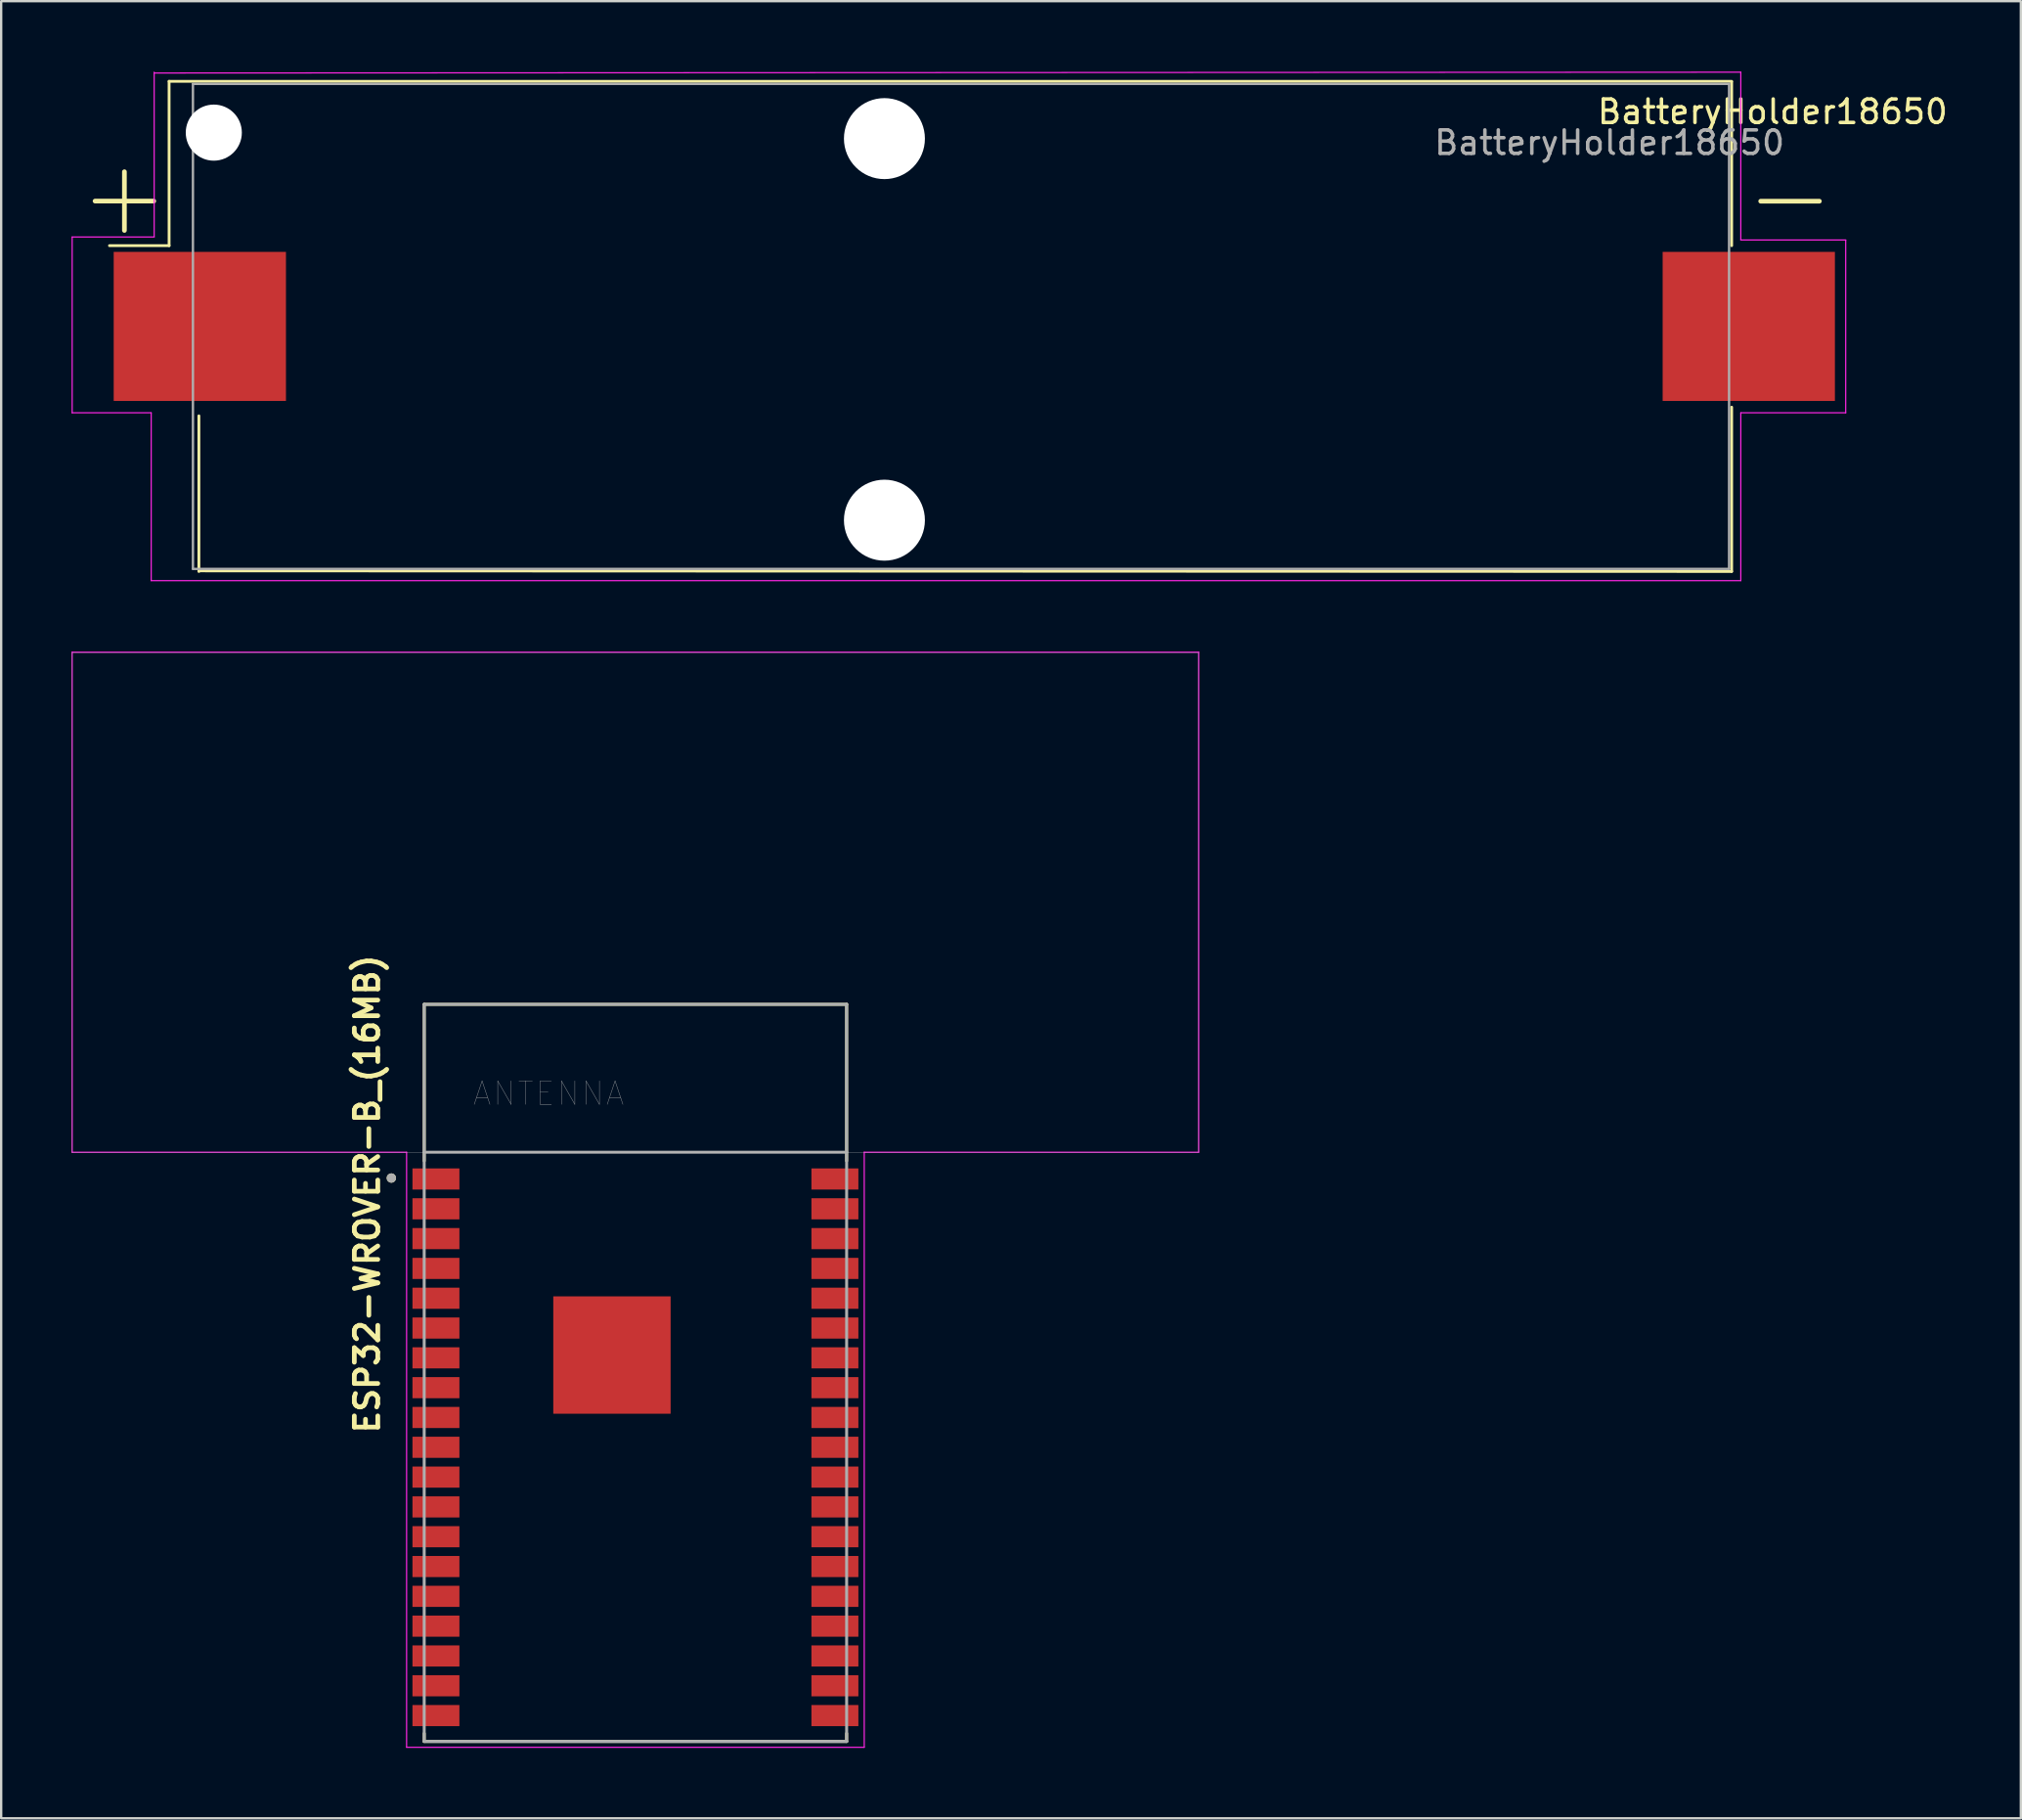
<source format=kicad_pcb>
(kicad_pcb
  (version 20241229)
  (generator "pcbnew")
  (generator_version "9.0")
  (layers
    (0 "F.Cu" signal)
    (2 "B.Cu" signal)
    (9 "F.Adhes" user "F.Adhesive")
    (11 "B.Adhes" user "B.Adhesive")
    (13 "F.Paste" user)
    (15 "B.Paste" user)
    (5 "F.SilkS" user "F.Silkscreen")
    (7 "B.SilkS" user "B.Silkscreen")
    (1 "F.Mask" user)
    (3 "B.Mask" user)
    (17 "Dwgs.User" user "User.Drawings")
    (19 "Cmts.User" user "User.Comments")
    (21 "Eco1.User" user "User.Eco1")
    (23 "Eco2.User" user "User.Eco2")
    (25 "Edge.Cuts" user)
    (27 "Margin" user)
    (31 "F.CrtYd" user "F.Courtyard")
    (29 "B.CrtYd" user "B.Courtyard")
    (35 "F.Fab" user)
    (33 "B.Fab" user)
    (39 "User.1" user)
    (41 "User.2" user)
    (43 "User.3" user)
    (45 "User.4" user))
  (footprint "BatteryHolder18650"
    (layer "F.Cu")
    (at 44.795 10.855)
    (property "Reference" "BatteryHolder18650" (at 27.686 -9.144 0) (layer "F.SilkS") (effects (font (size 1 1) (thickness 0.15))))
    (attr smd)
    (fp_line (start -43.794 -5.339) (end -41.294 -5.339) (stroke (width 0.2) (type solid)) (layer "F.SilkS"))
    (fp_line (start -42.544 -4.089) (end -42.544 -6.589) (stroke (width 0.2) (type solid)) (layer "F.SilkS"))
    (fp_line (start -40.64 -10.44) (end -40.64 -3.44) (stroke (width 0.12) (type solid)) (layer "F.SilkS"))
    (fp_line (start -40.64 -3.44) (end -43.18 -3.44) (stroke (width 0.12) (type solid)) (layer "F.SilkS"))
    (fp_line (start -39.37 10.44) (end -39.37 3.81) (stroke (width 0.12) (type solid)) (layer "F.SilkS"))
    (fp_line (start 25.94 -10.44) (end -40.64 -10.44) (stroke (width 0.12) (type solid)) (layer "F.SilkS"))
    (fp_line (start 25.94 -3.44) (end 25.94 -10.42) (stroke (width 0.12) (type solid)) (layer "F.SilkS"))
    (fp_line (start 25.94 3.44) (end 25.94 10.44) (stroke (width 0.12) (type solid)) (layer "F.SilkS"))
    (fp_line (start 25.94 10.44) (end -39.37 10.414) (stroke (width 0.12) (type solid)) (layer "F.SilkS"))
    (fp_line (start 29.678 -5.334) (end 27.178 -5.334) (stroke (width 0.2) (type solid)) (layer "F.SilkS"))
    (fp_line (start -44.77 -3.81) (end -41.275 -3.81) (stroke (width 0.05) (type solid)) (layer "F.CrtYd"))
    (fp_line (start -44.77 3.68) (end -44.77 -3.81) (stroke (width 0.05) (type solid)) (layer "F.CrtYd"))
    (fp_line (start -41.402 3.68) (end -44.77 3.68) (stroke (width 0.05) (type solid)) (layer "F.CrtYd"))
    (fp_line (start -41.402 10.83) (end -41.402 3.68) (stroke (width 0.05) (type solid)) (layer "F.CrtYd"))
    (fp_line (start -41.402 10.83) (end 26.33 10.83) (stroke (width 0.05) (type solid)) (layer "F.CrtYd"))
    (fp_line (start -41.275 -10.83) (end -41.275 -3.81) (stroke (width 0.05) (type solid)) (layer "F.CrtYd"))
    (fp_line (start -41.275 -10.795) (end 26.33 -10.83) (stroke (width 0.05) (type solid)) (layer "F.CrtYd"))
    (fp_line (start 26.33 -10.83) (end 26.33 -3.68) (stroke (width 0.05) (type solid)) (layer "F.CrtYd"))
    (fp_line (start 26.33 3.68) (end 30.8 3.68) (stroke (width 0.05) (type solid)) (layer "F.CrtYd"))
    (fp_line (start 26.33 10.83) (end 26.33 3.68) (stroke (width 0.05) (type solid)) (layer "F.CrtYd"))
    (fp_line (start 30.8 -3.68) (end 26.33 -3.68) (stroke (width 0.05) (type solid)) (layer "F.CrtYd"))
    (fp_line (start 30.8 3.68) (end 30.8 -3.68) (stroke (width 0.05) (type solid)) (layer "F.CrtYd"))
    (fp_line (start -39.624 -10.33) (end -39.624 10.33) (stroke (width 0.1) (type solid)) (layer "F.Fab"))
    (fp_line (start -39.624 -10.33) (end 25.83 -10.33) (stroke (width 0.1) (type solid)) (layer "F.Fab"))
    (fp_line (start -39.624 10.33) (end 25.83 10.33) (stroke (width 0.1) (type solid)) (layer "F.Fab"))
    (fp_line (start 25.83 -10.33) (end 25.83 10.33) (stroke (width 0.1) (type solid)) (layer "F.Fab"))
    (fp_text user "${REFERENCE}" (at 20.735 -7.826 0) (layer "F.Fab") (effects (font (size 1 1) (thickness 0.15))))
    (pad "" np_thru_hole circle (at -38.735 -8.255) (size 2.39 2.39) (drill 2.39) (layers "*.Cu" "*.Mask"))
    (pad "" np_thru_hole circle (at -10.16 -8) (size 3.45 3.45) (drill 3.45) (layers "*.Cu" "*.Mask"))
    (pad "" np_thru_hole circle (at -10.16 8.255) (size 3.45 3.45) (drill 3.45) (layers "*.Cu" "*.Mask"))
    (pad "1" smd rect (at -39.33 0) (size 7.34 6.35) (layers "F.Cu" "F.Mask" "F.Paste"))
    (pad "2" smd rect (at 26.67 0) (size 7.34 6.35) (layers "F.Cu" "F.Mask" "F.Paste")))
  (footprint "ESP32-WROVER-B_(16MB)"
    (layer "F.Cu")
    (at 24.025 55.435)
    (property "Reference" "ESP32-WROVER-B_(16MB)" (at -11.43 -7.62 90) (layer "F.SilkS") (effects (font (size 1 1) (thickness 0.2))))
    (attr through_hole)
    (fp_line (start -9 -15.7) (end 9 -15.7) (stroke (width 0.127) (type solid)) (layer "F.SilkS"))
    (fp_line (start -9 -9.03) (end -9 -15.7) (stroke (width 0.127) (type solid)) (layer "F.SilkS"))
    (fp_line (start -9 15.36) (end -9 15.7) (stroke (width 0.127) (type solid)) (layer "F.SilkS"))
    (fp_line (start -9 15.7) (end 9 15.7) (stroke (width 0.127) (type solid)) (layer "F.SilkS"))
    (fp_line (start 9 -15.7) (end 9 -9.03) (stroke (width 0.127) (type solid)) (layer "F.SilkS"))
    (fp_line (start 9 15.7) (end 9 15.36) (stroke (width 0.127) (type solid)) (layer "F.SilkS"))
    (fp_circle (center -10.4 -8.3) (end -10.3 -8.3) (stroke (width 0.2) (type solid)) (fill no) (layer "F.SilkS"))
    (fp_poly (pts (xy -2.58 -2.34) (xy 0.58 -2.34) (xy 0.58 0.82) (xy -2.58 0.82)) (stroke (width 0.01) (type solid)) (fill yes) (layer "F.Paste"))
    (fp_poly (pts (xy -24.009 -30.691) (xy 23.991 -30.691) (xy 23.991 -9.391) (xy -24.009 -9.391)) (stroke (width 0.01) (type solid)) (fill no) (layer "Dwgs.User"))
    (fp_line (start -24 -30.7) (end 24 -30.7) (stroke (width 0.05) (type solid)) (layer "F.CrtYd"))
    (fp_line (start -24 -9.4) (end -24 -30.7) (stroke (width 0.05) (type solid)) (layer "F.CrtYd"))
    (fp_line (start -9.75 -9.4) (end -24 -9.4) (stroke (width 0.05) (type solid)) (layer "F.CrtYd"))
    (fp_line (start -9.75 -9.4) (end -9.75 15.95) (stroke (width 0.05) (type solid)) (layer "F.CrtYd"))
    (fp_line (start -9.75 15.95) (end 9.75 15.95) (stroke (width 0.05) (type solid)) (layer "F.CrtYd"))
    (fp_line (start 9.75 15.95) (end 9.75 -9.4) (stroke (width 0.05) (type solid)) (layer "F.CrtYd"))
    (fp_line (start 24 -30.7) (end 24 -9.4) (stroke (width 0.05) (type solid)) (layer "F.CrtYd"))
    (fp_line (start 24 -9.4) (end 9.75 -9.4) (stroke (width 0.05) (type solid)) (layer "F.CrtYd"))
    (fp_line (start -9 -15.7) (end 9 -15.7) (stroke (width 0.127) (type solid)) (layer "F.Fab"))
    (fp_line (start -9 -9.4) (end -9 -15.7) (stroke (width 0.127) (type solid)) (layer "F.Fab"))
    (fp_line (start -9 -9.4) (end 9 -9.4) (stroke (width 0.127) (type solid)) (layer "F.Fab"))
    (fp_line (start -9 15.7) (end -9 -9.4) (stroke (width 0.127) (type solid)) (layer "F.Fab"))
    (fp_line (start 9 -15.7) (end 9 -9.4) (stroke (width 0.127) (type solid)) (layer "F.Fab"))
    (fp_line (start 9 -9.4) (end 9 15.7) (stroke (width 0.127) (type solid)) (layer "F.Fab"))
    (fp_line (start 9 15.7) (end -9 15.7) (stroke (width 0.127) (type solid)) (layer "F.Fab"))
    (fp_circle (center -10.4 -8.3) (end -10.3 -8.3) (stroke (width 0.2) (type solid)) (fill no) (layer "F.Fab"))
    (fp_text user "ANTENNA" (at -3.7 -11.9 0) (layer "F.Fab") (effects (font (size 1 1) (thickness 0.015))))
    (pad "1" smd rect (at -8.5 -8.26) (size 2 0.9) (layers "F.Cu" "F.Mask" "F.Paste"))
    (pad "2" smd rect (at -8.5 -6.99) (size 2 0.9) (layers "F.Cu" "F.Mask" "F.Paste"))
    (pad "3" smd rect (at -8.5 -5.72) (size 2 0.9) (layers "F.Cu" "F.Mask" "F.Paste"))
    (pad "4" smd rect (at -8.5 -4.45) (size 2 0.9) (layers "F.Cu" "F.Mask" "F.Paste"))
    (pad "5" smd rect (at -8.5 -3.18) (size 2 0.9) (layers "F.Cu" "F.Mask" "F.Paste"))
    (pad "6" smd rect (at -8.5 -1.91) (size 2 0.9) (layers "F.Cu" "F.Mask" "F.Paste"))
    (pad "7" smd rect (at -8.5 -0.64) (size 2 0.9) (layers "F.Cu" "F.Mask" "F.Paste"))
    (pad "8" smd rect (at -8.5 0.63) (size 2 0.9) (layers "F.Cu" "F.Mask" "F.Paste"))
    (pad "9" smd rect (at -8.5 1.9) (size 2 0.9) (layers "F.Cu" "F.Mask" "F.Paste"))
    (pad "10" smd rect (at -8.5 3.17) (size 2 0.9) (layers "F.Cu" "F.Mask" "F.Paste"))
    (pad "11" smd rect (at -8.5 4.44) (size 2 0.9) (layers "F.Cu" "F.Mask" "F.Paste"))
    (pad "12" smd rect (at -8.5 5.71) (size 2 0.9) (layers "F.Cu" "F.Mask" "F.Paste"))
    (pad "13" smd rect (at -8.5 6.98) (size 2 0.9) (layers "F.Cu" "F.Mask" "F.Paste"))
    (pad "14" smd rect (at -8.5 8.25) (size 2 0.9) (layers "F.Cu" "F.Mask" "F.Paste"))
    (pad "15" smd rect (at -8.5 9.52) (size 2 0.9) (layers "F.Cu" "F.Mask" "F.Paste"))
    (pad "16" smd rect (at -8.5 10.79) (size 2 0.9) (layers "F.Cu" "F.Mask" "F.Paste"))
    (pad "17" smd rect (at -8.5 12.06) (size 2 0.9) (layers "F.Cu" "F.Mask" "F.Paste"))
    (pad "18" smd rect (at -8.5 13.33) (size 2 0.9) (layers "F.Cu" "F.Mask" "F.Paste"))
    (pad "19" smd rect (at -8.5 14.6) (size 2 0.9) (layers "F.Cu" "F.Mask" "F.Paste"))
    (pad "20" smd rect (at 8.5 14.6) (size 2 0.9) (layers "F.Cu" "F.Mask" "F.Paste"))
    (pad "21" smd rect (at 8.5 13.33) (size 2 0.9) (layers "F.Cu" "F.Mask" "F.Paste"))
    (pad "22" smd rect (at 8.5 12.06) (size 2 0.9) (layers "F.Cu" "F.Mask" "F.Paste"))
    (pad "23" smd rect (at 8.5 10.79) (size 2 0.9) (layers "F.Cu" "F.Mask" "F.Paste"))
    (pad "24" smd rect (at 8.5 9.52) (size 2 0.9) (layers "F.Cu" "F.Mask" "F.Paste"))
    (pad "25" smd rect (at 8.5 8.25) (size 2 0.9) (layers "F.Cu" "F.Mask" "F.Paste"))
    (pad "26" smd rect (at 8.5 6.98) (size 2 0.9) (layers "F.Cu" "F.Mask" "F.Paste"))
    (pad "27" smd rect (at 8.5 5.71) (size 2 0.9) (layers "F.Cu" "F.Mask" "F.Paste"))
    (pad "28" smd rect (at 8.5 4.44) (size 2 0.9) (layers "F.Cu" "F.Mask" "F.Paste"))
    (pad "29" smd rect (at 8.5 3.17) (size 2 0.9) (layers "F.Cu" "F.Mask" "F.Paste"))
    (pad "30" smd rect (at 8.5 1.9) (size 2 0.9) (layers "F.Cu" "F.Mask" "F.Paste"))
    (pad "31" smd rect (at 8.5 0.63) (size 2 0.9) (layers "F.Cu" "F.Mask" "F.Paste"))
    (pad "32" smd rect (at 8.5 -0.64) (size 2 0.9) (layers "F.Cu" "F.Mask" "F.Paste"))
    (pad "33" smd rect (at 8.5 -1.91) (size 2 0.9) (layers "F.Cu" "F.Mask" "F.Paste"))
    (pad "34" smd rect (at 8.5 -3.18) (size 2 0.9) (layers "F.Cu" "F.Mask" "F.Paste"))
    (pad "35" smd rect (at 8.5 -4.45) (size 2 0.9) (layers "F.Cu" "F.Mask" "F.Paste"))
    (pad "36" smd rect (at 8.5 -5.72) (size 2 0.9) (layers "F.Cu" "F.Mask" "F.Paste"))
    (pad "37" smd rect (at 8.5 -6.99) (size 2 0.9) (layers "F.Cu" "F.Mask" "F.Paste"))
    (pad "38" smd rect (at 8.5 -8.26) (size 2 0.9) (layers "F.Cu" "F.Mask" "F.Paste"))
    (pad "39" smd rect (at -1 -0.76) (size 5 5) (layers "F.Cu" "F.Mask")))
  (gr_rect
    (start -3 -3)
    (end 83.058 74.41)
    (stroke (width 0.1) (type default))
    (fill no)
    (layer "Edge.Cuts")))
</source>
